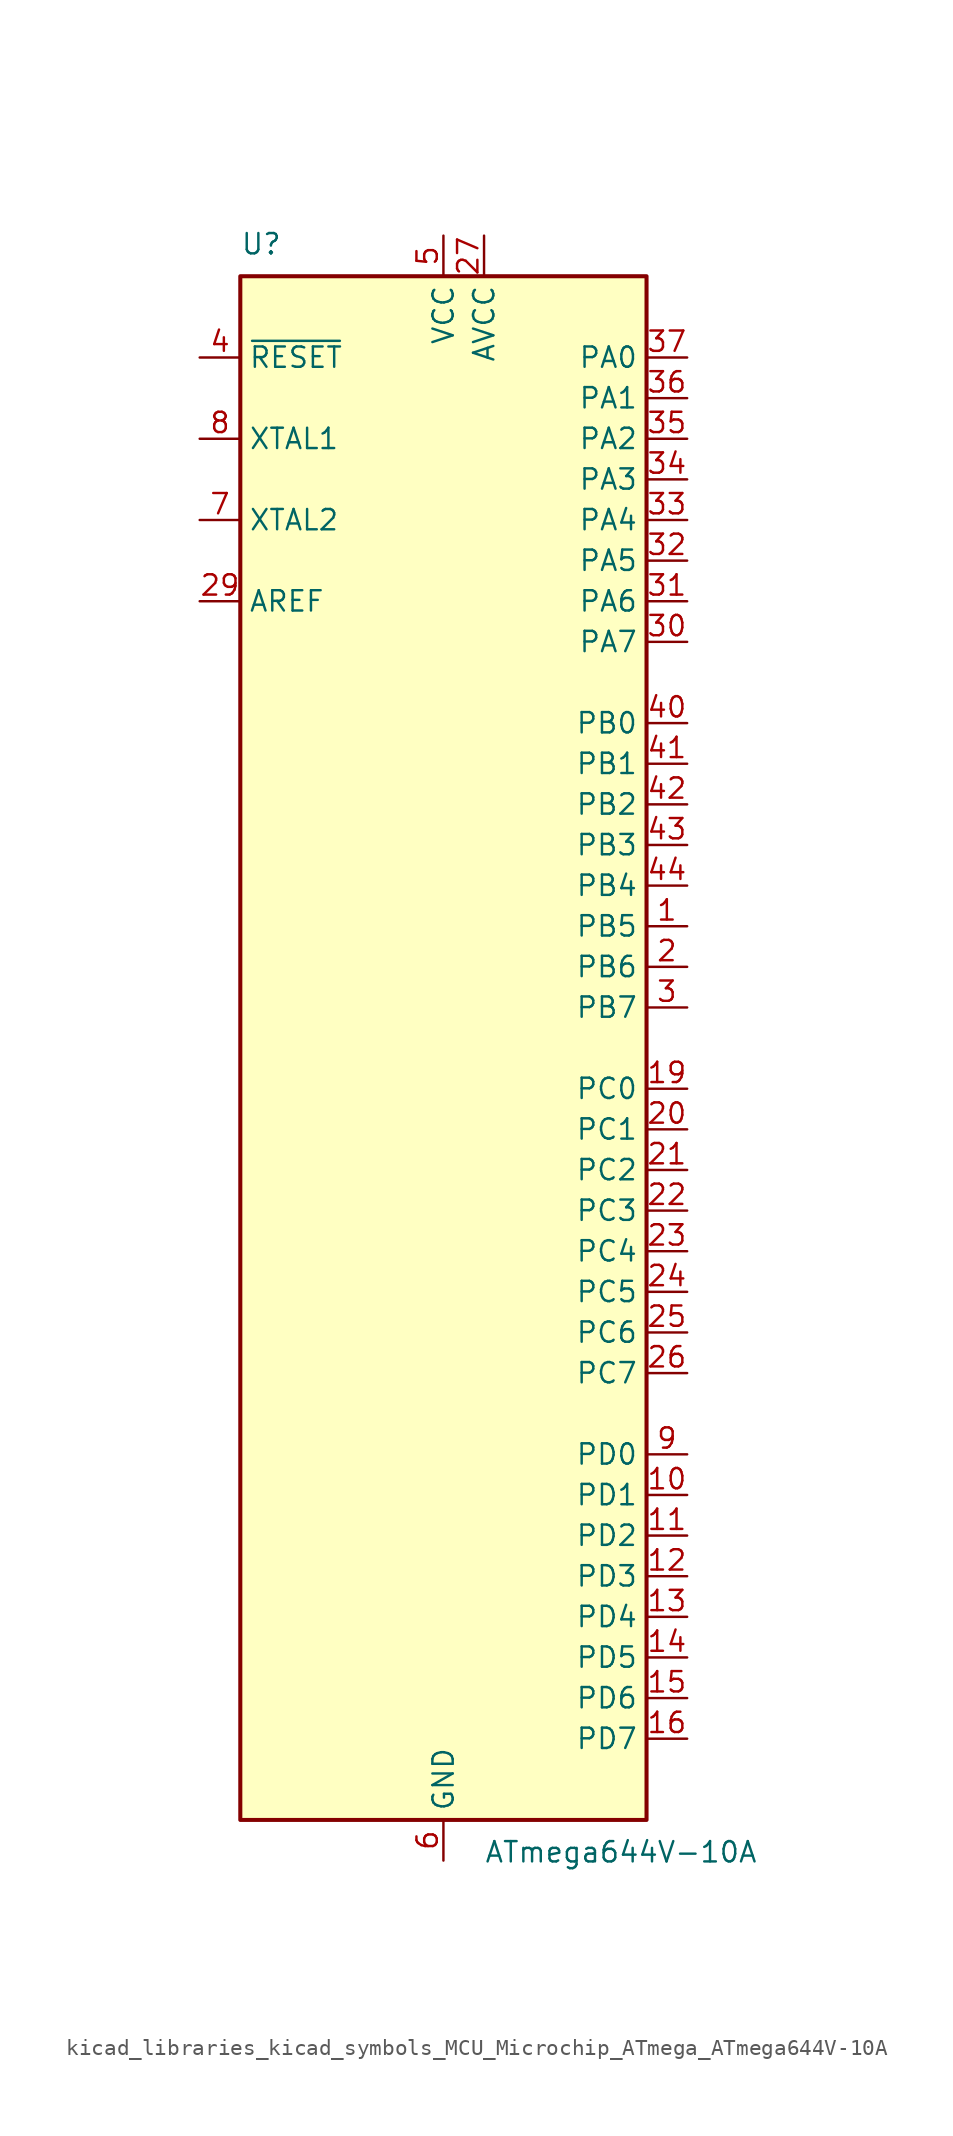
<source format=kicad_sym>
(kicad_symbol_lib
  (version 20220914)
  (generator kicad_symbol_editor)
  (symbol "kicad_libraries_kicad_symbols_MCU_Microchip_ATmega_ATmega644V-10A"
    (property "Reference" "U"
      (at -12.7 49.53 0)
      (effects (font (size 1.27 1.27)) (justify left bottom)))
    (property "Value" "ATmega644V-10A"
      (at 2.54 -49.53 0)
      (effects (font (size 1.27 1.27)) (justify left top)))
    (symbol "kicad_libraries_kicad_symbols_MCU_Microchip_ATmega_ATmega644V-10A_0_1"
      (rectangle (start -12.7 -48.26) (end 12.7 48.26) (stroke (width 0.254) (type default)) (fill (type background))))
    (symbol "kicad_libraries_kicad_symbols_MCU_Microchip_ATmega_ATmega644V-10A_1_1"
      (pin bidirectional line (at 15.24 7.62 180) (length 2.54) (name "PB5" (effects (font (size 1.27 1.27)))) (number "1" (effects (font (size 1.27 1.27)))))
      (pin bidirectional line (at 15.24 -27.94 180) (length 2.54) (name "PD1" (effects (font (size 1.27 1.27)))) (number "10" (effects (font (size 1.27 1.27)))))
      (pin bidirectional line (at 15.24 -30.48 180) (length 2.54) (name "PD2" (effects (font (size 1.27 1.27)))) (number "11" (effects (font (size 1.27 1.27)))))
      (pin bidirectional line (at 15.24 -33.02 180) (length 2.54) (name "PD3" (effects (font (size 1.27 1.27)))) (number "12" (effects (font (size 1.27 1.27)))))
      (pin bidirectional line (at 15.24 -35.56 180) (length 2.54) (name "PD4" (effects (font (size 1.27 1.27)))) (number "13" (effects (font (size 1.27 1.27)))))
      (pin bidirectional line (at 15.24 -38.1 180) (length 2.54) (name "PD5" (effects (font (size 1.27 1.27)))) (number "14" (effects (font (size 1.27 1.27)))))
      (pin bidirectional line (at 15.24 -40.64 180) (length 2.54) (name "PD6" (effects (font (size 1.27 1.27)))) (number "15" (effects (font (size 1.27 1.27)))))
      (pin bidirectional line (at 15.24 -43.18 180) (length 2.54) (name "PD7" (effects (font (size 1.27 1.27)))) (number "16" (effects (font (size 1.27 1.27)))))
      (pin passive line (at 0 50.8 270) (length 2.54) hide (name "VCC" (effects (font (size 1.27 1.27)))) (number "17" (effects (font (size 1.27 1.27)))))
      (pin passive line (at 0 -50.8 90) (length 2.54) hide (name "GND" (effects (font (size 1.27 1.27)))) (number "18" (effects (font (size 1.27 1.27)))))
      (pin bidirectional line (at 15.24 -2.54 180) (length 2.54) (name "PC0" (effects (font (size 1.27 1.27)))) (number "19" (effects (font (size 1.27 1.27)))))
      (pin bidirectional line (at 15.24 5.08 180) (length 2.54) (name "PB6" (effects (font (size 1.27 1.27)))) (number "2" (effects (font (size 1.27 1.27)))))
      (pin bidirectional line (at 15.24 -5.08 180) (length 2.54) (name "PC1" (effects (font (size 1.27 1.27)))) (number "20" (effects (font (size 1.27 1.27)))))
      (pin bidirectional line (at 15.24 -7.62 180) (length 2.54) (name "PC2" (effects (font (size 1.27 1.27)))) (number "21" (effects (font (size 1.27 1.27)))))
      (pin bidirectional line (at 15.24 -10.16 180) (length 2.54) (name "PC3" (effects (font (size 1.27 1.27)))) (number "22" (effects (font (size 1.27 1.27)))))
      (pin bidirectional line (at 15.24 -12.7 180) (length 2.54) (name "PC4" (effects (font (size 1.27 1.27)))) (number "23" (effects (font (size 1.27 1.27)))))
      (pin bidirectional line (at 15.24 -15.24 180) (length 2.54) (name "PC5" (effects (font (size 1.27 1.27)))) (number "24" (effects (font (size 1.27 1.27)))))
      (pin bidirectional line (at 15.24 -17.78 180) (length 2.54) (name "PC6" (effects (font (size 1.27 1.27)))) (number "25" (effects (font (size 1.27 1.27)))))
      (pin bidirectional line (at 15.24 -20.32 180) (length 2.54) (name "PC7" (effects (font (size 1.27 1.27)))) (number "26" (effects (font (size 1.27 1.27)))))
      (pin power_in line (at 2.54 50.8 270) (length 2.54) (name "AVCC" (effects (font (size 1.27 1.27)))) (number "27" (effects (font (size 1.27 1.27)))))
      (pin passive line (at 0 -50.8 90) (length 2.54) hide (name "GND" (effects (font (size 1.27 1.27)))) (number "28" (effects (font (size 1.27 1.27)))))
      (pin passive line (at -15.24 27.94 0) (length 2.54) (name "AREF" (effects (font (size 1.27 1.27)))) (number "29" (effects (font (size 1.27 1.27)))))
      (pin bidirectional line (at 15.24 2.54 180) (length 2.54) (name "PB7" (effects (font (size 1.27 1.27)))) (number "3" (effects (font (size 1.27 1.27)))))
      (pin bidirectional line (at 15.24 25.4 180) (length 2.54) (name "PA7" (effects (font (size 1.27 1.27)))) (number "30" (effects (font (size 1.27 1.27)))))
      (pin bidirectional line (at 15.24 27.94 180) (length 2.54) (name "PA6" (effects (font (size 1.27 1.27)))) (number "31" (effects (font (size 1.27 1.27)))))
      (pin bidirectional line (at 15.24 30.48 180) (length 2.54) (name "PA5" (effects (font (size 1.27 1.27)))) (number "32" (effects (font (size 1.27 1.27)))))
      (pin bidirectional line (at 15.24 33.02 180) (length 2.54) (name "PA4" (effects (font (size 1.27 1.27)))) (number "33" (effects (font (size 1.27 1.27)))))
      (pin bidirectional line (at 15.24 35.56 180) (length 2.54) (name "PA3" (effects (font (size 1.27 1.27)))) (number "34" (effects (font (size 1.27 1.27)))))
      (pin bidirectional line (at 15.24 38.1 180) (length 2.54) (name "PA2" (effects (font (size 1.27 1.27)))) (number "35" (effects (font (size 1.27 1.27)))))
      (pin bidirectional line (at 15.24 40.64 180) (length 2.54) (name "PA1" (effects (font (size 1.27 1.27)))) (number "36" (effects (font (size 1.27 1.27)))))
      (pin bidirectional line (at 15.24 43.18 180) (length 2.54) (name "PA0" (effects (font (size 1.27 1.27)))) (number "37" (effects (font (size 1.27 1.27)))))
      (pin passive line (at 0 50.8 270) (length 2.54) hide (name "VCC" (effects (font (size 1.27 1.27)))) (number "38" (effects (font (size 1.27 1.27)))))
      (pin passive line (at 0 -50.8 90) (length 2.54) hide (name "GND" (effects (font (size 1.27 1.27)))) (number "39" (effects (font (size 1.27 1.27)))))
      (pin input line (at -15.24 43.18 0) (length 2.54) (name "~{RESET}" (effects (font (size 1.27 1.27)))) (number "4" (effects (font (size 1.27 1.27)))))
      (pin bidirectional line (at 15.24 20.32 180) (length 2.54) (name "PB0" (effects (font (size 1.27 1.27)))) (number "40" (effects (font (size 1.27 1.27)))))
      (pin bidirectional line (at 15.24 17.78 180) (length 2.54) (name "PB1" (effects (font (size 1.27 1.27)))) (number "41" (effects (font (size 1.27 1.27)))))
      (pin bidirectional line (at 15.24 15.24 180) (length 2.54) (name "PB2" (effects (font (size 1.27 1.27)))) (number "42" (effects (font (size 1.27 1.27)))))
      (pin bidirectional line (at 15.24 12.7 180) (length 2.54) (name "PB3" (effects (font (size 1.27 1.27)))) (number "43" (effects (font (size 1.27 1.27)))))
      (pin bidirectional line (at 15.24 10.16 180) (length 2.54) (name "PB4" (effects (font (size 1.27 1.27)))) (number "44" (effects (font (size 1.27 1.27)))))
      (pin power_in line (at 0 50.8 270) (length 2.54) (name "VCC" (effects (font (size 1.27 1.27)))) (number "5" (effects (font (size 1.27 1.27)))))
      (pin power_in line (at 0 -50.8 90) (length 2.54) (name "GND" (effects (font (size 1.27 1.27)))) (number "6" (effects (font (size 1.27 1.27)))))
      (pin output line (at -15.24 33.02 0) (length 2.54) (name "XTAL2" (effects (font (size 1.27 1.27)))) (number "7" (effects (font (size 1.27 1.27)))))
      (pin input line (at -15.24 38.1 0) (length 2.54) (name "XTAL1" (effects (font (size 1.27 1.27)))) (number "8" (effects (font (size 1.27 1.27)))))
      (pin bidirectional line (at 15.24 -25.4 180) (length 2.54) (name "PD0" (effects (font (size 1.27 1.27)))) (number "9" (effects (font (size 1.27 1.27))))))))
</source>
